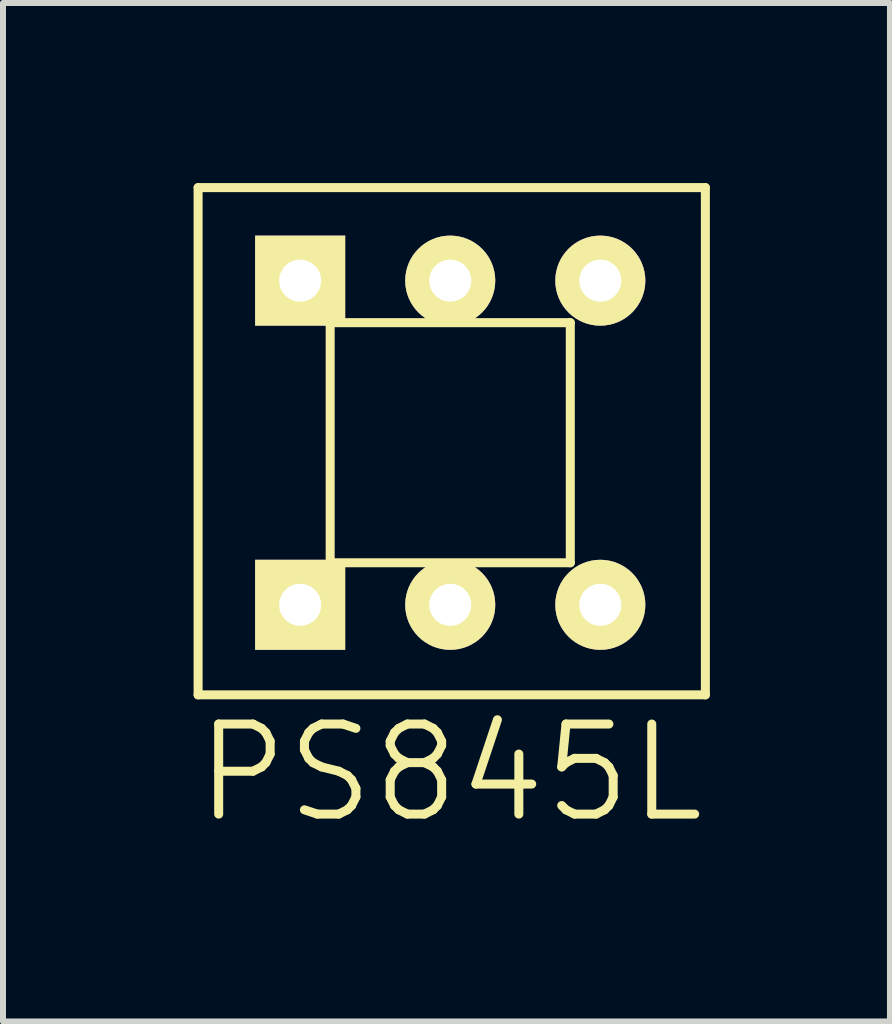
<source format=kicad_pcb>
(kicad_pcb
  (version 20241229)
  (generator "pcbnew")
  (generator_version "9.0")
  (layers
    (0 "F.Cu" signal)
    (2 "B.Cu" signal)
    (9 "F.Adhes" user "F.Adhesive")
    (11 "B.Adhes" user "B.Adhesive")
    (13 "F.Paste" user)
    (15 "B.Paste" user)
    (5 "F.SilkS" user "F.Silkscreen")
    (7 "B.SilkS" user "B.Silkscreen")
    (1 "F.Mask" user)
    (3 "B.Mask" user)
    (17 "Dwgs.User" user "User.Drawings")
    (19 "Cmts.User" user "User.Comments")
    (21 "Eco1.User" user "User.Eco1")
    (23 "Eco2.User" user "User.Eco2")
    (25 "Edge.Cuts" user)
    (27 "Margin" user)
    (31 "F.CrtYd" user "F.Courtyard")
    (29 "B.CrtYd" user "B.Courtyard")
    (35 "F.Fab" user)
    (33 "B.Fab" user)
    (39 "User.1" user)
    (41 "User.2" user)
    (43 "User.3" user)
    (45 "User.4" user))
  (footprint "PS845L"
    (layer "F.Cu")
    (at 0.25 8.525)
    (property "Reference" "PS845L" (at 4.2 1.3 0) (layer "F.SilkS") (effects (font (size 1.5 1.5) (thickness 0.15))))
    (attr through_hole)
    (fp_line (start 0 -8.45) (end 0 0) (stroke (width 0.15) (type solid)) (layer "F.SilkS"))
    (fp_line (start 0 0) (end 8.45 0) (stroke (width 0.15) (type solid)) (layer "F.SilkS"))
    (fp_line (start 2.2 -6.2) (end 2.2 -2.2) (stroke (width 0.15) (type solid)) (layer "F.SilkS"))
    (fp_line (start 2.2 -2.2) (end 6.2 -2.2) (stroke (width 0.15) (type solid)) (layer "F.SilkS"))
    (fp_line (start 6.2 -6.2) (end 2.2 -6.2) (stroke (width 0.15) (type solid)) (layer "F.SilkS"))
    (fp_line (start 6.2 -2.2) (end 6.2 -6.2) (stroke (width 0.15) (type solid)) (layer "F.SilkS"))
    (fp_line (start 8.45 -8.45) (end 0 -8.45) (stroke (width 0.15) (type solid)) (layer "F.SilkS"))
    (fp_line (start 8.45 0) (end 8.45 -8.45) (stroke (width 0.15) (type solid)) (layer "F.SilkS"))
    (pad "1" thru_hole rect (at 1.7 -1.5) (size 1.5 1.5) (drill 0.7) (layers "*.Cu" "*.Mask" "F.SilkS"))
    (pad "2" thru_hole circle (at 4.2 -1.5) (size 1.5 1.5) (drill 0.7) (layers "*.Cu" "*.Mask" "F.SilkS"))
    (pad "3" thru_hole circle (at 6.7 -1.5) (size 1.5 1.5) (drill 0.7) (layers "*.Cu" "*.Mask" "F.SilkS"))
    (pad "4" thru_hole rect (at 1.7 -6.9) (size 1.5 1.5) (drill 0.7) (layers "*.Cu" "*.Mask" "F.SilkS"))
    (pad "5" thru_hole circle (at 4.2 -6.9) (size 1.5 1.5) (drill 0.7) (layers "*.Cu" "*.Mask" "F.SilkS"))
    (pad "6" thru_hole circle (at 6.7 -6.9) (size 1.5 1.5) (drill 0.7) (layers "*.Cu" "*.Mask" "F.SilkS")))
  (gr_rect
    (start -3 -3)
    (end 11.775 13.966)
    (stroke (width 0.1) (type default))
    (fill no)
    (layer "Edge.Cuts")))
</source>
